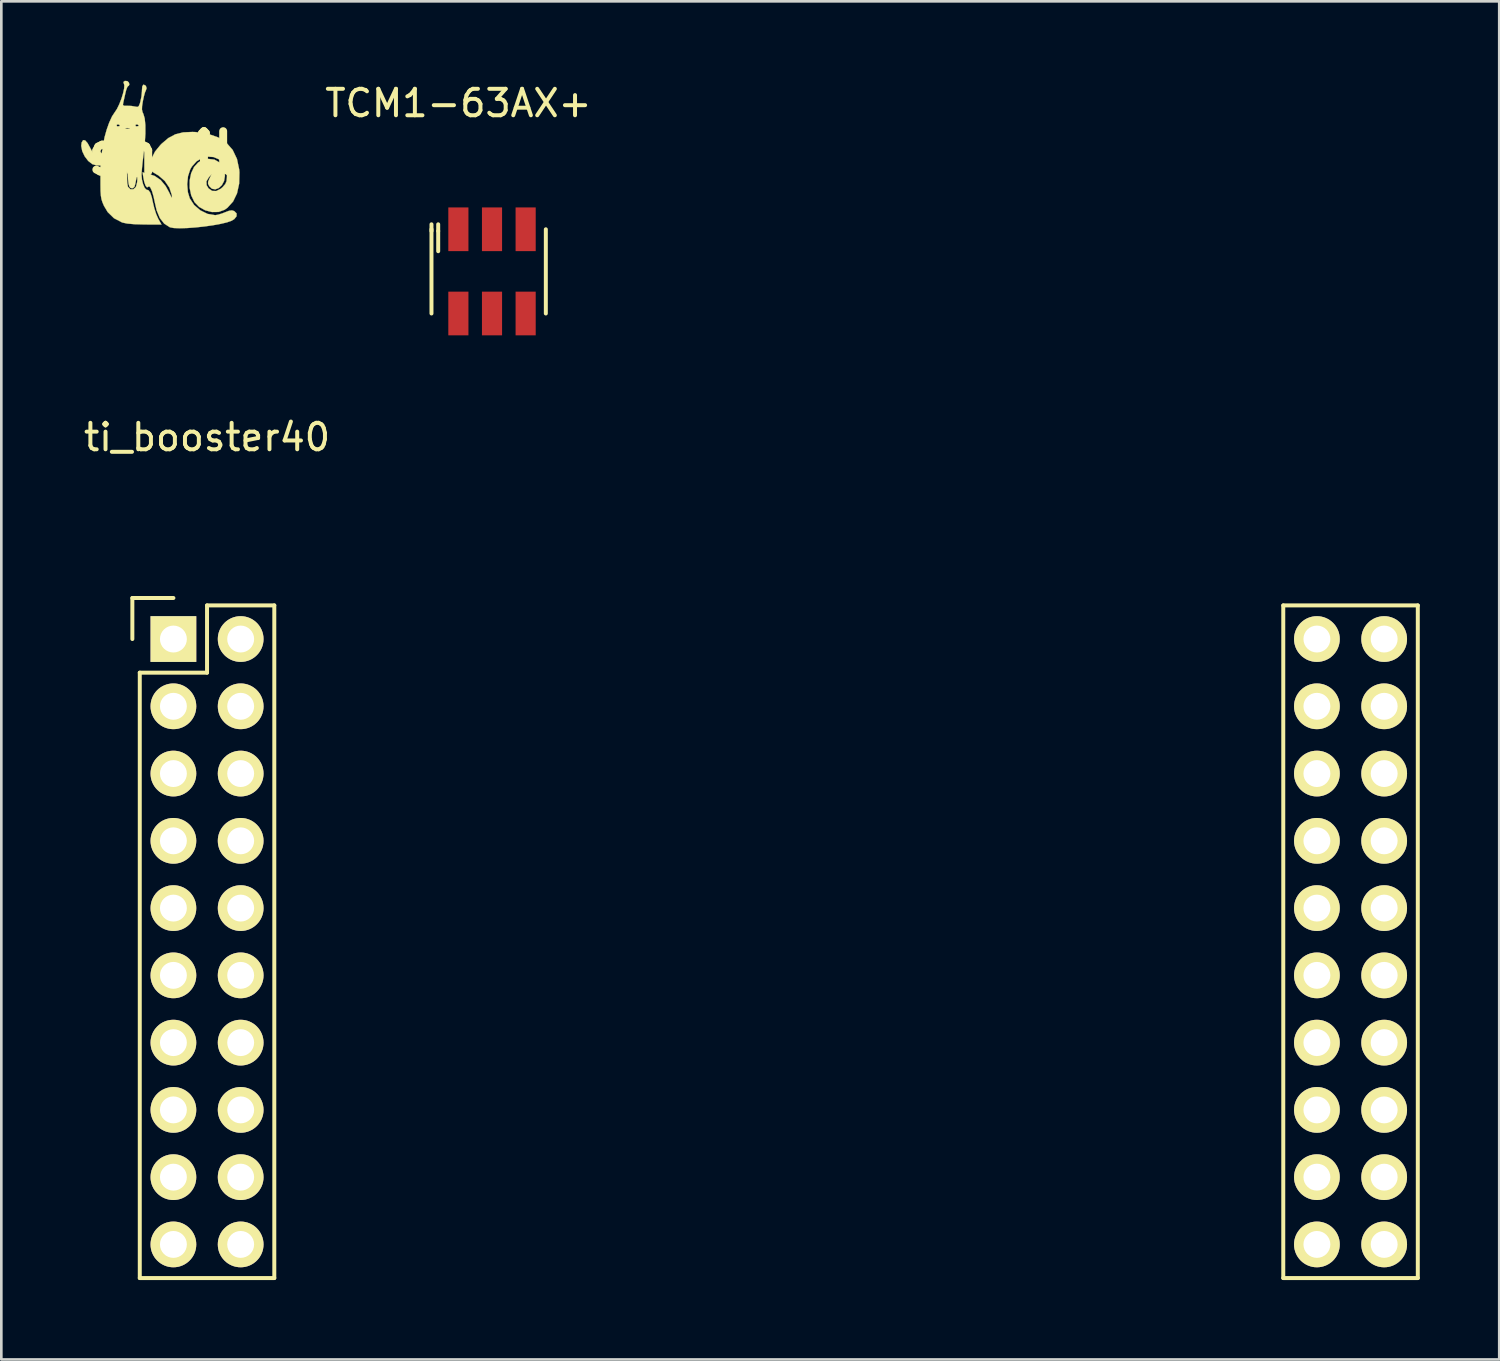
<source format=kicad_pcb>
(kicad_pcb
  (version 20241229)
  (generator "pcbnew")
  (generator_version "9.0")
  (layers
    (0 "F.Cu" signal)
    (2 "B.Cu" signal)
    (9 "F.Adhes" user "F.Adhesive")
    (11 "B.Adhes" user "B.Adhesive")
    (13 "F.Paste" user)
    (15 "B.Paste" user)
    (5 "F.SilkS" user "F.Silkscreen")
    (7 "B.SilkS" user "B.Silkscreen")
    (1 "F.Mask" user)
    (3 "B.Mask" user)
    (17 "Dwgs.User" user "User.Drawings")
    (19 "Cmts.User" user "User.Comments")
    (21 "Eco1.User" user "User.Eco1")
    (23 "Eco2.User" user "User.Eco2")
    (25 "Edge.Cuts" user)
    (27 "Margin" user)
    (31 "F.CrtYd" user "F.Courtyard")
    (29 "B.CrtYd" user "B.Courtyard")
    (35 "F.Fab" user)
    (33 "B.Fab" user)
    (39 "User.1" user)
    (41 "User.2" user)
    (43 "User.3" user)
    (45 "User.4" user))
  (footprint "ti_booster40"
    (layer "F.Cu")
    (at 26.358 32.511)
    (property "Reference" "ti_booster40" (at -21.59 -19.05 0) (layer "F.SilkS") (effects (font (size 1 1) (thickness 0.15))))
    (attr through_hole)
    (fp_line (start -24.41 -12.98) (end -24.41 -11.43) (stroke (width 0.15) (type solid)) (layer "F.SilkS"))
    (fp_line (start -24.13 12.7) (end -24.13 -10.16) (stroke (width 0.15) (type solid)) (layer "F.SilkS"))
    (fp_line (start -22.86 -12.98) (end -24.41 -12.98) (stroke (width 0.15) (type solid)) (layer "F.SilkS"))
    (fp_line (start -21.59 -12.7) (end -21.59 -10.16) (stroke (width 0.15) (type solid)) (layer "F.SilkS"))
    (fp_line (start -21.59 -10.16) (end -24.13 -10.16) (stroke (width 0.15) (type solid)) (layer "F.SilkS"))
    (fp_line (start -19.05 -12.7) (end -21.59 -12.7) (stroke (width 0.15) (type solid)) (layer "F.SilkS"))
    (fp_line (start -19.05 -12.7) (end -19.05 12.7) (stroke (width 0.15) (type solid)) (layer "F.SilkS"))
    (fp_line (start -19.05 12.7) (end -24.13 12.7) (stroke (width 0.15) (type solid)) (layer "F.SilkS"))
    (fp_line (start 19.05 -12.7) (end 24.13 -12.7) (stroke (width 0.15) (type solid)) (layer "F.SilkS"))
    (fp_line (start 19.05 12.7) (end 19.05 -12.7) (stroke (width 0.15) (type solid)) (layer "F.SilkS"))
    (fp_line (start 24.13 -12.7) (end 24.13 12.7) (stroke (width 0.15) (type solid)) (layer "F.SilkS"))
    (fp_line (start 24.13 12.7) (end 19.05 12.7) (stroke (width 0.15) (type solid)) (layer "F.SilkS"))
    (pad "1" thru_hole rect (at -22.86 -11.43) (size 1.727 1.727) (drill 1.016) (layers "*.Cu" "*.Mask" "F.SilkS"))
    (pad "2" thru_hole oval (at -22.86 -8.89) (size 1.727 1.727) (drill 1.016) (layers "*.Cu" "*.Mask" "F.SilkS"))
    (pad "3" thru_hole oval (at -22.86 -6.35) (size 1.727 1.727) (drill 1.016) (layers "*.Cu" "*.Mask" "F.SilkS"))
    (pad "4" thru_hole oval (at -22.86 -3.81) (size 1.727 1.727) (drill 1.016) (layers "*.Cu" "*.Mask" "F.SilkS"))
    (pad "5" thru_hole oval (at -22.86 -1.27) (size 1.727 1.727) (drill 1.016) (layers "*.Cu" "*.Mask" "F.SilkS"))
    (pad "6" thru_hole oval (at -22.86 1.27) (size 1.727 1.727) (drill 1.016) (layers "*.Cu" "*.Mask" "F.SilkS"))
    (pad "7" thru_hole oval (at -22.86 3.81) (size 1.727 1.727) (drill 1.016) (layers "*.Cu" "*.Mask" "F.SilkS"))
    (pad "8" thru_hole oval (at -22.86 6.35) (size 1.727 1.727) (drill 1.016) (layers "*.Cu" "*.Mask" "F.SilkS"))
    (pad "9" thru_hole oval (at -22.86 8.89) (size 1.727 1.727) (drill 1.016) (layers "*.Cu" "*.Mask" "F.SilkS"))
    (pad "10" thru_hole oval (at -22.86 11.43) (size 1.727 1.727) (drill 1.016) (layers "*.Cu" "*.Mask" "F.SilkS"))
    (pad "11" thru_hole oval (at 22.86 11.43) (size 1.727 1.727) (drill 1.016) (layers "*.Cu" "*.Mask" "F.SilkS"))
    (pad "12" thru_hole oval (at 22.86 8.89) (size 1.727 1.727) (drill 1.016) (layers "*.Cu" "*.Mask" "F.SilkS"))
    (pad "13" thru_hole oval (at 22.86 6.35) (size 1.727 1.727) (drill 1.016) (layers "*.Cu" "*.Mask" "F.SilkS"))
    (pad "14" thru_hole oval (at 22.86 3.81) (size 1.727 1.727) (drill 1.016) (layers "*.Cu" "*.Mask" "F.SilkS"))
    (pad "15" thru_hole oval (at 22.86 1.27) (size 1.727 1.727) (drill 1.016) (layers "*.Cu" "*.Mask" "F.SilkS"))
    (pad "16" thru_hole oval (at 22.86 -1.27) (size 1.727 1.727) (drill 1.016) (layers "*.Cu" "*.Mask" "F.SilkS"))
    (pad "17" thru_hole oval (at 22.86 -3.81) (size 1.727 1.727) (drill 1.016) (layers "*.Cu" "*.Mask" "F.SilkS"))
    (pad "18" thru_hole oval (at 22.86 -6.35) (size 1.727 1.727) (drill 1.016) (layers "*.Cu" "*.Mask" "F.SilkS"))
    (pad "19" thru_hole oval (at 22.86 -8.89) (size 1.727 1.727) (drill 1.016) (layers "*.Cu" "*.Mask" "F.SilkS"))
    (pad "20" thru_hole oval (at 22.86 -11.43) (size 1.727 1.727) (drill 1.016) (layers "*.Cu" "*.Mask" "F.SilkS"))
    (pad "21" thru_hole oval (at -20.32 -11.43) (size 1.727 1.727) (drill 1.016) (layers "*.Cu" "*.Mask" "F.SilkS"))
    (pad "22" thru_hole oval (at -20.32 -8.89) (size 1.727 1.727) (drill 1.016) (layers "*.Cu" "*.Mask" "F.SilkS"))
    (pad "23" thru_hole oval (at -20.32 -6.35) (size 1.727 1.727) (drill 1.016) (layers "*.Cu" "*.Mask" "F.SilkS"))
    (pad "24" thru_hole oval (at -20.32 -3.81) (size 1.727 1.727) (drill 1.016) (layers "*.Cu" "*.Mask" "F.SilkS"))
    (pad "25" thru_hole oval (at -20.32 -1.27) (size 1.727 1.727) (drill 1.016) (layers "*.Cu" "*.Mask" "F.SilkS"))
    (pad "26" thru_hole oval (at -20.32 1.27) (size 1.727 1.727) (drill 1.016) (layers "*.Cu" "*.Mask" "F.SilkS"))
    (pad "27" thru_hole oval (at -20.32 3.81) (size 1.727 1.727) (drill 1.016) (layers "*.Cu" "*.Mask" "F.SilkS"))
    (pad "28" thru_hole oval (at -20.32 6.35) (size 1.727 1.727) (drill 1.016) (layers "*.Cu" "*.Mask" "F.SilkS"))
    (pad "29" thru_hole oval (at -20.32 8.89) (size 1.727 1.727) (drill 1.016) (layers "*.Cu" "*.Mask" "F.SilkS"))
    (pad "30" thru_hole oval (at -20.32 11.43) (size 1.727 1.727) (drill 1.016) (layers "*.Cu" "*.Mask" "F.SilkS"))
    (pad "31" thru_hole oval (at 20.32 11.43) (size 1.727 1.727) (drill 1.016) (layers "*.Cu" "*.Mask" "F.SilkS"))
    (pad "32" thru_hole oval (at 20.32 8.89) (size 1.727 1.727) (drill 1.016) (layers "*.Cu" "*.Mask" "F.SilkS"))
    (pad "33" thru_hole oval (at 20.32 6.35) (size 1.727 1.727) (drill 1.016) (layers "*.Cu" "*.Mask" "F.SilkS"))
    (pad "34" thru_hole oval (at 20.32 3.81) (size 1.727 1.727) (drill 1.016) (layers "*.Cu" "*.Mask" "F.SilkS"))
    (pad "35" thru_hole oval (at 20.32 1.27) (size 1.727 1.727) (drill 1.016) (layers "*.Cu" "*.Mask" "F.SilkS"))
    (pad "36" thru_hole oval (at 20.32 -1.27) (size 1.727 1.727) (drill 1.016) (layers "*.Cu" "*.Mask" "F.SilkS"))
    (pad "37" thru_hole oval (at 20.32 -3.81) (size 1.727 1.727) (drill 1.016) (layers "*.Cu" "*.Mask" "F.SilkS"))
    (pad "38" thru_hole oval (at 20.32 -6.35) (size 1.727 1.727) (drill 1.016) (layers "*.Cu" "*.Mask" "F.SilkS"))
    (pad "39" thru_hole oval (at 20.32 -8.89) (size 1.727 1.727) (drill 1.016) (layers "*.Cu" "*.Mask" "F.SilkS"))
    (pad "40" thru_hole oval (at 20.32 -11.43) (size 1.727 1.727) (drill 1.016) (layers "*.Cu" "*.Mask" "F.SilkS")))
  (footprint "snail"
    (layer "F.Cu")
    (at 3.055 2.738)
    (property "Reference" "snail" (at 0 0 0) (layer "F.SilkS") (effects (font (size 1.524 1.524) (thickness 0.3))))
    (attr through_hole)
    (fp_poly (pts (xy 1.287 -0.801) (xy 1.745 -0.736) (xy 2.131 -0.601) (xy 2.444 -0.397) (xy 2.682 -0.125) (xy 2.843 0.213) (xy 2.928 0.617) (xy 2.936 0.719) (xy 2.926 1.144) (xy 2.845 1.514) (xy 2.696 1.822) (xy 2.482 2.058) (xy 2.373 2.135) (xy 2.151 2.215) (xy 1.899 2.219) (xy 1.644 2.154) (xy 1.415 2.026) (xy 1.239 1.844) (xy 1.236 1.84) (xy 1.115 1.587) (xy 1.056 1.308) (xy 1.057 1.023) (xy 1.113 0.753) (xy 1.222 0.52) (xy 1.38 0.345) (xy 1.498 0.276) (xy 1.758 0.212) (xy 1.991 0.238) (xy 2.182 0.346) (xy 2.317 0.526) (xy 2.383 0.769) (xy 2.388 0.857) (xy 2.356 1.048) (xy 2.273 1.203) (xy 2.157 1.312) (xy 2.027 1.362) (xy 1.899 1.34) (xy 1.801 1.248) (xy 1.752 1.156) (xy 1.753 1.074) (xy 1.803 0.956) (xy 1.885 0.787) (xy 1.781 0.907) (xy 1.69 1.06) (xy 1.698 1.206) (xy 1.768 1.322) (xy 1.903 1.42) (xy 2.062 1.425) (xy 2.233 1.338) (xy 2.304 1.275) (xy 2.4 1.165) (xy 2.448 1.057) (xy 2.463 0.906) (xy 2.464 0.841) (xy 2.424 0.576) (xy 2.315 0.37) (xy 2.154 0.224) (xy 1.957 0.142) (xy 1.741 0.127) (xy 1.521 0.18) (xy 1.315 0.306) (xy 1.138 0.506) (xy 1.079 0.608) (xy 0.994 0.866) (xy 0.964 1.167) (xy 0.989 1.468) (xy 1.06 1.702) (xy 1.225 1.954) (xy 1.458 2.154) (xy 1.731 2.288) (xy 2.021 2.337) (xy 2.023 2.337) (xy 2.137 2.317) (xy 2.296 2.267) (xy 2.386 2.231) (xy 2.548 2.17) (xy 2.655 2.156) (xy 2.742 2.184) (xy 2.829 2.271) (xy 2.827 2.378) (xy 2.743 2.485) (xy 2.642 2.547) (xy 2.466 2.609) (xy 2.22 2.667) (xy 1.927 2.72) (xy 1.606 2.765) (xy 1.278 2.8) (xy 0.964 2.823) (xy 0.686 2.831) (xy 0.462 2.823) (xy 0.316 2.796) (xy 0.306 2.792) (xy 0.095 2.656) (xy -0.068 2.447) (xy -0.189 2.157) (xy -0.254 1.877) (xy -0.308 1.629) (xy -0.365 1.432) (xy -0.423 1.301) (xy -0.474 1.247) (xy -0.505 1.265) (xy -0.554 1.289) (xy -0.607 1.226) (xy -0.657 1.086) (xy -0.69 0.925) (xy -0.723 0.719) (xy -0.552 0.758) (xy -0.265 0.855) (xy -0.036 1.012) (xy 0.153 1.242) (xy 0.279 1.474) (xy 0.349 1.619) (xy 0.384 1.677) (xy 0.392 1.656) (xy 0.382 1.575) (xy 0.291 1.3) (xy 0.119 1.047) (xy -0.113 0.844) (xy -0.192 0.797) (xy -0.346 0.704) (xy -0.431 0.613) (xy -0.454 0.5) (xy -0.424 0.337) (xy -0.372 0.174) (xy -0.253 -0.063) (xy -0.049 -0.312) (xy -0.004 -0.358) (xy 0.25 -0.574) (xy 0.513 -0.715) (xy 0.809 -0.79) (xy 1.164 -0.806) (xy 1.287 -0.801)) (stroke (width 0.01) (type solid)) (fill yes) (layer "F.SilkS"))
    (fp_poly (pts (xy -1.293 -2.724) (xy -1.237 -2.669) (xy -1.22 -2.593) (xy -1.249 -2.543) (xy -1.266 -2.54) (xy -1.301 -2.495) (xy -1.343 -2.379) (xy -1.369 -2.274) (xy -1.408 -2.1) (xy -1.441 -1.951) (xy -1.454 -1.896) (xy -1.462 -1.821) (xy -1.414 -1.793) (xy -1.313 -1.793) (xy -1.146 -1.788) (xy -1.005 -1.764) (xy -0.918 -1.749) (xy -0.866 -1.78) (xy -0.824 -1.879) (xy -0.806 -1.943) (xy -0.765 -2.139) (xy -0.745 -2.343) (xy -0.745 -2.375) (xy -0.733 -2.526) (xy -0.693 -2.588) (xy -0.676 -2.591) (xy -0.599 -2.55) (xy -0.569 -2.46) (xy -0.597 -2.374) (xy -0.632 -2.294) (xy -0.672 -2.147) (xy -0.709 -1.975) (xy -0.74 -1.782) (xy -0.745 -1.653) (xy -0.722 -1.552) (xy -0.69 -1.482) (xy -0.641 -1.316) (xy -0.616 -1.064) (xy -0.615 -0.742) (xy -0.639 -0.363) (xy -0.686 0.051) (xy -0.717 0.303) (xy -0.742 0.547) (xy -0.757 0.746) (xy -0.76 0.828) (xy -0.745 0.996) (xy -0.704 1.162) (xy -0.648 1.296) (xy -0.588 1.368) (xy -0.57 1.372) (xy -0.492 1.401) (xy -0.429 1.492) (xy -0.374 1.66) (xy -0.333 1.849) (xy -0.279 2.075) (xy -0.208 2.295) (xy -0.135 2.463) (xy -0.132 2.469) (xy -0.007 2.692) (xy -0.651 2.689) (xy -1.023 2.679) (xy -1.303 2.654) (xy -1.487 2.615) (xy -1.494 2.612) (xy -1.802 2.452) (xy -2.039 2.22) (xy -2.178 1.987) (xy -2.235 1.855) (xy -2.273 1.736) (xy -2.296 1.601) (xy -2.308 1.425) (xy -2.311 1.183) (xy -2.311 1.08) (xy -2.311 0.727) (xy -1.311 0.727) (xy -1.309 0.942) (xy -1.298 1.126) (xy -1.277 1.249) (xy -1.268 1.273) (xy -1.179 1.359) (xy -1.073 1.36) (xy -0.983 1.281) (xy -0.964 1.241) (xy -0.926 1.086) (xy -0.918 0.975) (xy -0.926 0.891) (xy -0.942 0.902) (xy -0.968 1.011) (xy -0.989 1.13) (xy -1.026 1.263) (xy -1.086 1.317) (xy -1.119 1.321) (xy -1.18 1.307) (xy -1.222 1.254) (xy -1.251 1.148) (xy -1.271 0.972) (xy -1.284 0.711) (xy -1.285 0.686) (xy -1.3 0.279) (xy -1.311 0.727) (xy -2.311 0.727) (xy -2.311 0.457) (xy -2.459 0.457) (xy -2.619 0.411) (xy -2.774 0.289) (xy -2.906 0.116) (xy -3 -0.081) (xy -3.038 -0.278) (xy -3.022 -0.409) (xy -2.967 -0.496) (xy -2.891 -0.488) (xy -2.799 -0.386) (xy -2.705 -0.216) (xy -2.616 -0.047) (xy -2.54 0.047) (xy -2.459 0.087) (xy -2.43 0.092) (xy -2.352 0.094) (xy -2.3 0.065) (xy -2.264 -0.013) (xy -2.234 -0.158) (xy -2.209 -0.33) (xy -2.157 -0.606) (xy -2.076 -0.894) (xy -2.062 -0.933) (xy -1.379 -0.933) (xy -1.311 -0.925) (xy -1.295 -0.924) (xy -1.209 -0.93) (xy -1.201 -0.946) (xy -1.206 -0.948) (xy -1.306 -0.958) (xy -1.358 -0.95) (xy -1.379 -0.933) (xy -2.062 -0.933) (xy -2.014 -1.068) (xy -1.701 -1.068) (xy -1.69 -1.023) (xy -1.654 -1.016) (xy -1.584 -1.028) (xy -1.575 -1.038) (xy -1.598 -1.068) (xy -0.99 -1.068) (xy -0.979 -1.023) (xy -0.943 -1.016) (xy -0.873 -1.028) (xy -0.864 -1.038) (xy -0.901 -1.086) (xy -0.968 -1.087) (xy -0.99 -1.068) (xy -1.598 -1.068) (xy -1.612 -1.086) (xy -1.679 -1.087) (xy -1.701 -1.068) (xy -2.014 -1.068) (xy -1.979 -1.166) (xy -1.874 -1.394) (xy -1.774 -1.546) (xy -1.688 -1.675) (xy -1.601 -1.854) (xy -1.521 -2.059) (xy -1.458 -2.264) (xy -1.418 -2.445) (xy -1.41 -2.575) (xy -1.425 -2.62) (xy -1.444 -2.691) (xy -1.39 -2.733) (xy -1.293 -2.724)) (stroke (width 0.01) (type solid)) (fill yes) (layer "F.SilkS")))
  (footprint "TCM1-63AX+"
    (layer "F.Cu")
    (at 15.529 7.198)
    (property "Reference" "TCM1-63AX+" (at -1.27 -6.35 0) (layer "F.SilkS") (effects (font (size 1 1) (thickness 0.15))))
    (attr through_hole)
    (fp_line (start -2.286 -1.778) (end -2.286 -1.524) (stroke (width 0.15) (type solid)) (layer "F.SilkS"))
    (fp_line (start -2.286 -1.59) (end -2.286 1.59) (stroke (width 0.15) (type solid)) (layer "F.SilkS"))
    (fp_line (start -2.032 -1.778) (end -2.032 -1.524) (stroke (width 0.15) (type solid)) (layer "F.SilkS"))
    (fp_line (start -2.032 -1.524) (end -2.032 -0.762) (stroke (width 0.15) (type solid)) (layer "F.SilkS"))
    (fp_line (start 2.032 -1.59) (end 2.032 1.59) (stroke (width 0.15) (type solid)) (layer "F.SilkS"))
    (pad "1" smd rect (at -1.27 -1.59) (size 0.76 1.65) (layers "F.Cu" "F.Mask" "F.Paste"))
    (pad "2" smd rect (at 0 -1.59) (size 0.76 1.65) (layers "F.Cu" "F.Mask" "F.Paste"))
    (pad "3" smd rect (at 1.27 -1.59) (size 0.76 1.65) (layers "F.Cu" "F.Mask" "F.Paste"))
    (pad "4" smd rect (at 1.27 1.59) (size 0.76 1.65) (layers "F.Cu" "F.Mask" "F.Paste"))
    (pad "5" smd rect (at 0 1.59) (size 0.76 1.65) (layers "F.Cu" "F.Mask" "F.Paste"))
    (pad "6" smd rect (at -1.27 1.59) (size 0.76 1.65) (layers "F.Cu" "F.Mask" "F.Paste")))
  (gr_rect
    (start -3 -3)
    (end 53.563 48.286)
    (stroke (width 0.1) (type default))
    (fill no)
    (layer "Edge.Cuts")))
</source>
